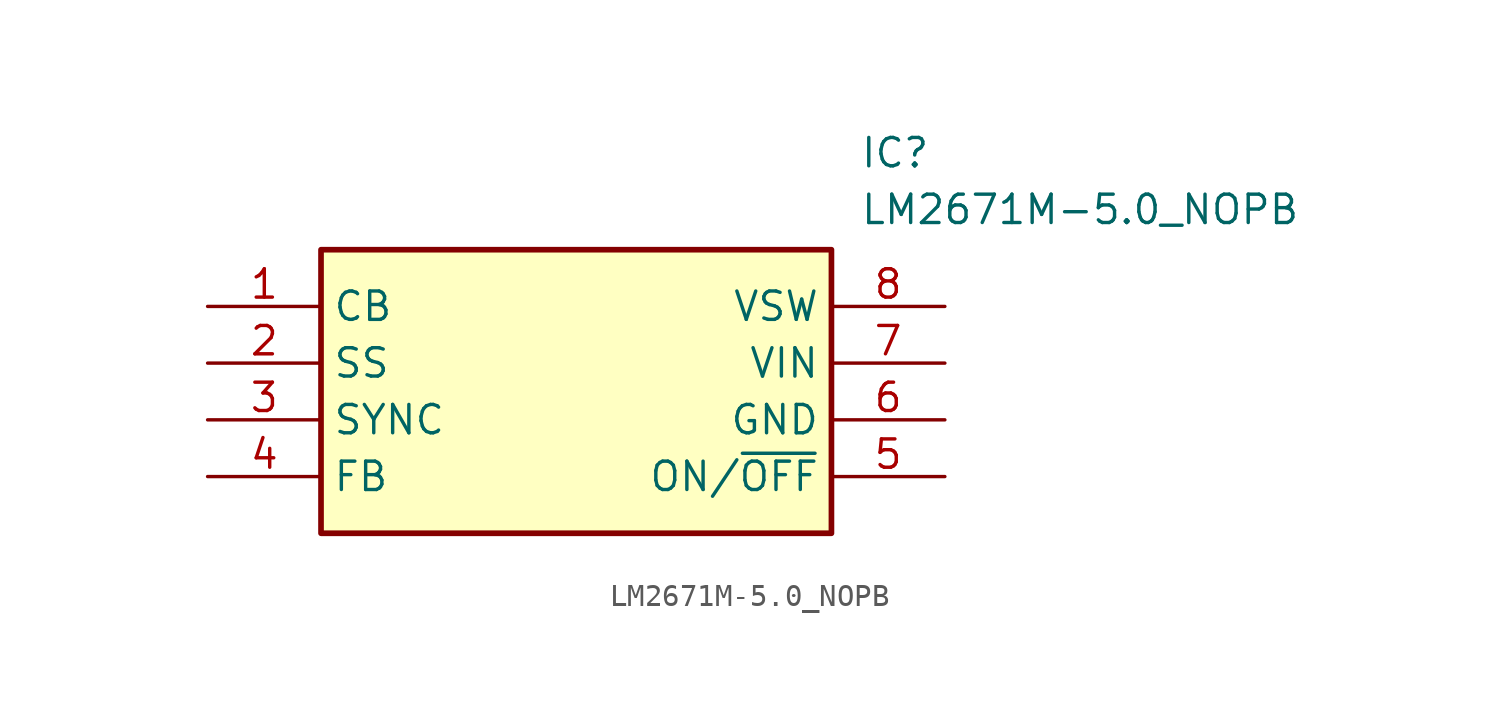
<source format=kicad_sym>
(kicad_symbol_lib
  (version 20211014)
  (generator SamacSys_ECAD_Model)
  (symbol "LM2671M-5.0_NOPB"
    (property "Reference" "IC"
      (at 29.21 7.62 0)
      (effects (font (size 1.27 1.27)) (justify left top)))
    (property "Value" "LM2671M-5.0_NOPB"
      (at 29.21 5.08 0)
      (effects (font (size 1.27 1.27)) (justify left top)))
    (rectangle
      (start 5.08 2.54)
      (end 27.94 -10.16)
      (stroke (width 0.254) (type default))
      (fill (type background)))
    (pin passive line
      (at 0 0 0)
      (length 5.08)
      (name "CB" (effects (font (size 1.27 1.27))))
      (number "1" (effects (font (size 1.27 1.27)))))
    (pin passive line
      (at 0 -2.54 0)
      (length 5.08)
      (name "SS" (effects (font (size 1.27 1.27))))
      (number "2" (effects (font (size 1.27 1.27)))))
    (pin passive line
      (at 0 -5.08 0)
      (length 5.08)
      (name "SYNC" (effects (font (size 1.27 1.27))))
      (number "3" (effects (font (size 1.27 1.27)))))
    (pin passive line
      (at 0 -7.62 0)
      (length 5.08)
      (name "FB" (effects (font (size 1.27 1.27))))
      (number "4" (effects (font (size 1.27 1.27)))))
    (pin passive line
      (at 33.02 0 180)
      (length 5.08)
      (name "VSW" (effects (font (size 1.27 1.27))))
      (number "8" (effects (font (size 1.27 1.27)))))
    (pin passive line
      (at 33.02 -2.54 180)
      (length 5.08)
      (name "VIN" (effects (font (size 1.27 1.27))))
      (number "7" (effects (font (size 1.27 1.27)))))
    (pin passive line
      (at 33.02 -5.08 180)
      (length 5.08)
      (name "GND" (effects (font (size 1.27 1.27))))
      (number "6" (effects (font (size 1.27 1.27)))))
    (pin passive line
      (at 33.02 -7.62 180)
      (length 5.08)
      (name "ON/~{OFF}" (effects (font (size 1.27 1.27))))
      (number "5" (effects (font (size 1.27 1.27)))))))
</source>
